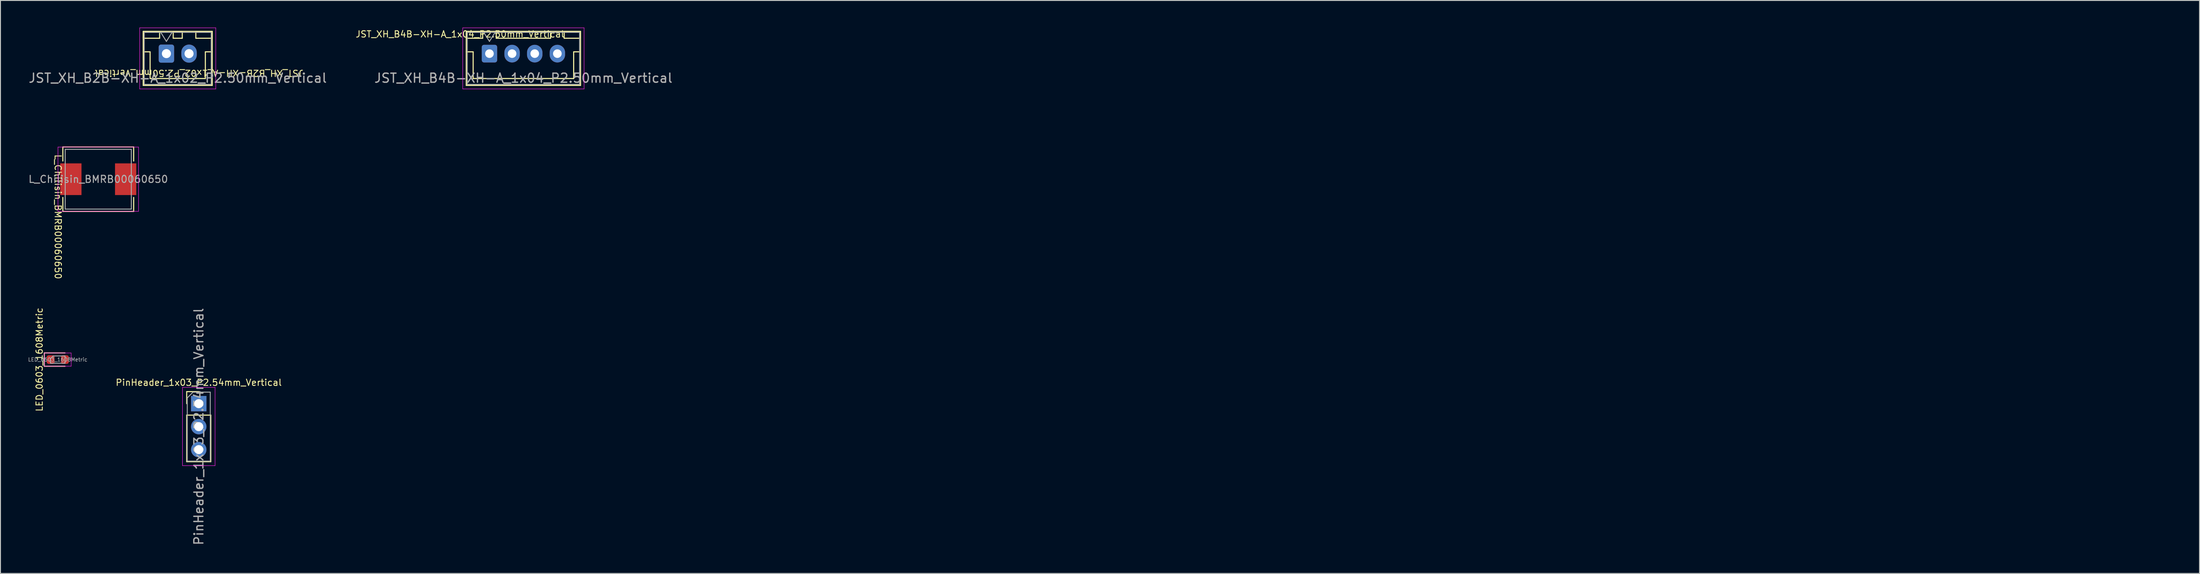
<source format=kicad_pcb>
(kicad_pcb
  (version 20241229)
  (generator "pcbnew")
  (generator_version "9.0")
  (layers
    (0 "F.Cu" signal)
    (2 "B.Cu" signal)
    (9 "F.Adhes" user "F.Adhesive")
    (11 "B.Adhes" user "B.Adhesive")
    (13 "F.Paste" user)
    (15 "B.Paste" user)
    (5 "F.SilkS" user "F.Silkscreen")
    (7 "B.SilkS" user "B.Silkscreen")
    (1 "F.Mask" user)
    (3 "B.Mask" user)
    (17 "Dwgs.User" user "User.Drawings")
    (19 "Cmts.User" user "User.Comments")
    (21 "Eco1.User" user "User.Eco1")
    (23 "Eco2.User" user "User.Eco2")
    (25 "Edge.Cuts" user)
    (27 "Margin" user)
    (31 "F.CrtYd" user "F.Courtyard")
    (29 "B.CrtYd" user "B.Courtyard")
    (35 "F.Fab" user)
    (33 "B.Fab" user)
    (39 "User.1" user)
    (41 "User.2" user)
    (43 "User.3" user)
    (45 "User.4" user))
  (footprint "L_Chilisin_BMRB00060650"
    (layer "F.Cu")
    (at 7.801 16.75)
    (property "Reference" "L_Chilisin_BMRB00060650" (at -4.45 4.15 270) (unlocked yes) (layer "F.SilkS") (effects (font (size 0.7 0.7) (thickness 0.1))))
    (attr smd)
    (fp_line (start -3.91 -3.56) (end -3.91 -2.01) (stroke (width 0.12) (type solid)) (layer "F.SilkS"))
    (fp_line (start -3.91 -3.56) (end 3.91 -3.56) (stroke (width 0.12) (type solid)) (layer "F.SilkS"))
    (fp_line (start -3.91 3.56) (end -3.91 2.01) (stroke (width 0.12) (type solid)) (layer "F.SilkS"))
    (fp_line (start -3.91 3.56) (end 3.91 3.56) (stroke (width 0.12) (type solid)) (layer "F.SilkS"))
    (fp_line (start 3.91 -3.56) (end 3.91 -2.01) (stroke (width 0.12) (type solid)) (layer "F.SilkS"))
    (fp_line (start 3.91 3.56) (end 3.91 2.01) (stroke (width 0.12) (type solid)) (layer "F.SilkS"))
    (fp_line (start -4.45 -3.55) (end -4.45 3.55) (stroke (width 0.05) (type solid)) (layer "F.CrtYd"))
    (fp_line (start -4.45 3.55) (end 4.45 3.55) (stroke (width 0.05) (type solid)) (layer "F.CrtYd"))
    (fp_line (start 4.45 -3.55) (end -4.45 -3.55) (stroke (width 0.05) (type solid)) (layer "F.CrtYd"))
    (fp_line (start 4.45 3.55) (end 4.45 -3.55) (stroke (width 0.05) (type solid)) (layer "F.CrtYd"))
    (fp_line (start -3.65 -3.3) (end -3.65 3.3) (stroke (width 0.1) (type solid)) (layer "F.Fab"))
    (fp_line (start -3.65 3.3) (end 3.65 3.3) (stroke (width 0.1) (type solid)) (layer "F.Fab"))
    (fp_line (start 3.65 -3.3) (end -3.65 -3.3) (stroke (width 0.1) (type solid)) (layer "F.Fab"))
    (fp_line (start 3.65 3.3) (end 3.65 -3.3) (stroke (width 0.1) (type solid)) (layer "F.Fab"))
    (fp_text user "${REFERENCE}" (at 0 0 0) (layer "F.Fab") (effects (font (size 0.783 0.783) (thickness 0.117))))
    (pad "1" smd rect (at -3.025 0) (size 2.35 3.5) (layers "F.Cu" "F.Mask" "F.Paste"))
    (pad "2" smd rect (at 3.025 0) (size 2.35 3.5) (layers "F.Cu" "F.Mask" "F.Paste"))
    (zone (net_name "") (layer "F.Cu") (hatch edge 0.5) (connect_pads) (min_thickness 0.25) (filled_areas_thickness no) (keepout (tracks allowed) (vias not_allowed) (pads not_allowed) (copperpour not_allowed) (footprints allowed)) (placement (enabled no)) (fill) (polygon (pts (xy 228.051 11.45) (xy 230.701 11.45) (xy 230.701 15.15) (xy 228.051 15.15) (xy 228.051 16.8) (xy 236.851 16.8) (xy 236.851 15.15) (xy 234.151 15.15) (xy 234.151 11.45) (xy 236.851 11.45) (xy 236.851 9.8) (xy 228.051 9.8)))))
  (footprint "LED_0603_1608Metric"
    (layer "F.Cu")
    (at 3.326 36.677)
    (property "Reference" "LED_0603_1608Metric" (at -2.025 0 90) (unlocked yes) (layer "F.SilkS") (effects (font (size 0.7 0.7) (thickness 0.1))))
    (attr smd)
    (fp_line (start -1.485 -0.735) (end -1.485 0.735) (stroke (width 0.12) (type solid)) (layer "F.SilkS"))
    (fp_line (start -1.485 0.735) (end 0.8 0.735) (stroke (width 0.12) (type solid)) (layer "F.SilkS"))
    (fp_line (start 0.8 -0.735) (end -1.485 -0.735) (stroke (width 0.12) (type solid)) (layer "F.SilkS"))
    (fp_line (start -1.48 -0.73) (end 1.48 -0.73) (stroke (width 0.05) (type solid)) (layer "F.CrtYd"))
    (fp_line (start -1.48 0.73) (end -1.48 -0.73) (stroke (width 0.05) (type solid)) (layer "F.CrtYd"))
    (fp_line (start 1.48 -0.73) (end 1.48 0.73) (stroke (width 0.05) (type solid)) (layer "F.CrtYd"))
    (fp_line (start 1.48 0.73) (end -1.48 0.73) (stroke (width 0.05) (type solid)) (layer "F.CrtYd"))
    (fp_line (start -0.8 -0.1) (end -0.8 0.4) (stroke (width 0.1) (type solid)) (layer "F.Fab"))
    (fp_line (start -0.8 0.4) (end 0.8 0.4) (stroke (width 0.1) (type solid)) (layer "F.Fab"))
    (fp_line (start -0.5 -0.4) (end -0.8 -0.1) (stroke (width 0.1) (type solid)) (layer "F.Fab"))
    (fp_line (start 0.8 -0.4) (end -0.5 -0.4) (stroke (width 0.1) (type solid)) (layer "F.Fab"))
    (fp_line (start 0.8 0.4) (end 0.8 -0.4) (stroke (width 0.1) (type solid)) (layer "F.Fab"))
    (fp_text user "${REFERENCE}" (at 0 0 0) (layer "F.Fab") (effects (font (size 0.4 0.4) (thickness 0.06))))
    (pad "1" smd roundrect (at -0.787 0) (size 0.875 0.95) (layers "F.Cu" "F.Mask" "F.Paste") (roundrect_rratio 0.25))
    (pad "2" smd roundrect (at 0.787 0) (size 0.875 0.95) (layers "F.Cu" "F.Mask" "F.Paste") (roundrect_rratio 0.25)))
  (footprint "JST_XH_B2B-XH-A_1x02_P2.50mm_Vertical"
    (layer "F.Cu")
    (at 15.327 2.875)
    (property "Reference" "JST_XH_B2B-XH-A_1x02_P2.50mm_Vertical" (at 3.6 2.15 180) (unlocked yes) (layer "F.SilkS") (effects (font (size 0.7 0.7) (thickness 0.1))))
    (attr through_hole)
    (fp_line (start -2.56 -2.46) (end -2.56 3.51) (stroke (width 0.12) (type solid)) (layer "F.SilkS"))
    (fp_line (start -2.56 3.51) (end 5.06 3.51) (stroke (width 0.12) (type solid)) (layer "F.SilkS"))
    (fp_line (start -2.55 -2.45) (end -2.55 -1.7) (stroke (width 0.12) (type solid)) (layer "F.SilkS"))
    (fp_line (start -2.55 -1.7) (end -0.75 -1.7) (stroke (width 0.12) (type solid)) (layer "F.SilkS"))
    (fp_line (start -2.55 -0.2) (end -1.8 -0.2) (stroke (width 0.12) (type solid)) (layer "F.SilkS"))
    (fp_line (start -1.8 -0.2) (end -1.8 2.75) (stroke (width 0.12) (type solid)) (layer "F.SilkS"))
    (fp_line (start -1.8 2.75) (end 1.25 2.75) (stroke (width 0.12) (type solid)) (layer "F.SilkS"))
    (fp_line (start -0.75 -2.45) (end -2.55 -2.45) (stroke (width 0.12) (type solid)) (layer "F.SilkS"))
    (fp_line (start -0.75 -1.7) (end -0.75 -2.45) (stroke (width 0.12) (type solid)) (layer "F.SilkS"))
    (fp_line (start 0.75 -2.45) (end 0.75 -1.7) (stroke (width 0.12) (type solid)) (layer "F.SilkS"))
    (fp_line (start 0.75 -1.7) (end 1.75 -1.7) (stroke (width 0.12) (type solid)) (layer "F.SilkS"))
    (fp_line (start 1.75 -2.45) (end 0.75 -2.45) (stroke (width 0.12) (type solid)) (layer "F.SilkS"))
    (fp_line (start 1.75 -1.7) (end 1.75 -2.45) (stroke (width 0.12) (type solid)) (layer "F.SilkS"))
    (fp_line (start 3.25 -2.45) (end 3.25 -1.7) (stroke (width 0.12) (type solid)) (layer "F.SilkS"))
    (fp_line (start 3.25 -1.7) (end 5.05 -1.7) (stroke (width 0.12) (type solid)) (layer "F.SilkS"))
    (fp_line (start 4.3 -0.2) (end 4.3 2.75) (stroke (width 0.12) (type solid)) (layer "F.SilkS"))
    (fp_line (start 4.3 2.75) (end 1.25 2.75) (stroke (width 0.12) (type solid)) (layer "F.SilkS"))
    (fp_line (start 5.05 -2.45) (end 3.25 -2.45) (stroke (width 0.12) (type solid)) (layer "F.SilkS"))
    (fp_line (start 5.05 -1.7) (end 5.05 -2.45) (stroke (width 0.12) (type solid)) (layer "F.SilkS"))
    (fp_line (start 5.05 -0.2) (end 4.3 -0.2) (stroke (width 0.12) (type solid)) (layer "F.SilkS"))
    (fp_line (start 5.06 -2.46) (end -2.56 -2.46) (stroke (width 0.12) (type solid)) (layer "F.SilkS"))
    (fp_line (start 5.06 3.51) (end 5.06 -2.46) (stroke (width 0.12) (type solid)) (layer "F.SilkS"))
    (fp_line (start -2.95 -2.85) (end -2.95 3.9) (stroke (width 0.05) (type solid)) (layer "F.CrtYd"))
    (fp_line (start -2.95 3.9) (end 5.45 3.9) (stroke (width 0.05) (type solid)) (layer "F.CrtYd"))
    (fp_line (start 5.45 -2.85) (end -2.95 -2.85) (stroke (width 0.05) (type solid)) (layer "F.CrtYd"))
    (fp_line (start 5.45 3.9) (end 5.45 -2.85) (stroke (width 0.05) (type solid)) (layer "F.CrtYd"))
    (fp_line (start -2.45 -2.35) (end -2.45 3.4) (stroke (width 0.1) (type solid)) (layer "F.Fab"))
    (fp_line (start -2.45 3.4) (end 4.95 3.4) (stroke (width 0.1) (type solid)) (layer "F.Fab"))
    (fp_line (start -0.625 -2.35) (end 0 -1.35) (stroke (width 0.1) (type solid)) (layer "F.Fab"))
    (fp_line (start 0 -1.35) (end 0.625 -2.35) (stroke (width 0.1) (type solid)) (layer "F.Fab"))
    (fp_line (start 4.95 -2.35) (end -2.45 -2.35) (stroke (width 0.1) (type solid)) (layer "F.Fab"))
    (fp_line (start 4.95 3.4) (end 4.95 -2.35) (stroke (width 0.1) (type solid)) (layer "F.Fab"))
    (fp_text user "${REFERENCE}" (at 1.25 2.7 180) (layer "F.Fab") (effects (font (size 1 1) (thickness 0.15))))
    (pad "1" thru_hole roundrect (at 0 0) (size 1.7 2) (drill 1) (layers "*.Cu" "*.Mask") (roundrect_rratio 0.147))
    (pad "2" thru_hole oval (at 2.5 0) (size 1.7 2) (drill 1) (layers "*.Cu" "*.Mask")))
  (footprint "PinHeader_1x03_P2.54mm_Vertical"
    (layer "F.Cu")
    (at 18.899 41.544)
    (property "Reference" "PinHeader_1x03_P2.54mm_Vertical" (at 0 -2.33 0) (unlocked yes) (layer "F.SilkS") (effects (font (size 0.7 0.7) (thickness 0.1))))
    (attr through_hole)
    (fp_line (start -1.33 -1.33) (end 0 -1.33) (stroke (width 0.12) (type solid)) (layer "F.SilkS"))
    (fp_line (start -1.33 0) (end -1.33 -1.33) (stroke (width 0.12) (type solid)) (layer "F.SilkS"))
    (fp_line (start -1.33 1.27) (end -1.33 6.41) (stroke (width 0.12) (type solid)) (layer "F.SilkS"))
    (fp_line (start -1.33 1.27) (end 1.33 1.27) (stroke (width 0.12) (type solid)) (layer "F.SilkS"))
    (fp_line (start -1.33 6.41) (end 1.33 6.41) (stroke (width 0.12) (type solid)) (layer "F.SilkS"))
    (fp_line (start 1.33 1.27) (end 1.33 6.41) (stroke (width 0.12) (type solid)) (layer "F.SilkS"))
    (fp_line (start -1.8 -1.8) (end -1.8 6.85) (stroke (width 0.05) (type solid)) (layer "F.CrtYd"))
    (fp_line (start -1.8 6.85) (end 1.8 6.85) (stroke (width 0.05) (type solid)) (layer "F.CrtYd"))
    (fp_line (start 1.8 -1.8) (end -1.8 -1.8) (stroke (width 0.05) (type solid)) (layer "F.CrtYd"))
    (fp_line (start 1.8 6.85) (end 1.8 -1.8) (stroke (width 0.05) (type solid)) (layer "F.CrtYd"))
    (fp_line (start -1.27 -0.635) (end -0.635 -1.27) (stroke (width 0.1) (type solid)) (layer "F.Fab"))
    (fp_line (start -1.27 6.35) (end -1.27 -0.635) (stroke (width 0.1) (type solid)) (layer "F.Fab"))
    (fp_line (start -0.635 -1.27) (end 1.27 -1.27) (stroke (width 0.1) (type solid)) (layer "F.Fab"))
    (fp_line (start 1.27 -1.27) (end 1.27 6.35) (stroke (width 0.1) (type solid)) (layer "F.Fab"))
    (fp_line (start 1.27 6.35) (end -1.27 6.35) (stroke (width 0.1) (type solid)) (layer "F.Fab"))
    (fp_text user "${REFERENCE}" (at 0 2.54 90) (layer "F.Fab") (effects (font (size 1 1) (thickness 0.15))))
    (pad "1" thru_hole rect (at 0 0) (size 1.7 1.7) (drill 1) (layers "*.Cu" "*.Mask"))
    (pad "2" thru_hole oval (at 0 2.54) (size 1.7 1.7) (drill 1) (layers "*.Cu" "*.Mask"))
    (pad "3" thru_hole oval (at 0 5.08) (size 1.7 1.7) (drill 1) (layers "*.Cu" "*.Mask")))
  (footprint "JST_XH_B4B-XH-A_1x04_P2.50mm_Vertical"
    (layer "F.Cu")
    (at 51.001 2.875)
    (property "Reference" "JST_XH_B4B-XH-A_1x04_P2.50mm_Vertical" (at -3.25 -2.15 0) (unlocked yes) (layer "F.SilkS") (effects (font (size 0.7 0.7) (thickness 0.1))))
    (attr through_hole)
    (fp_line (start -2.56 -2.46) (end -2.56 3.51) (stroke (width 0.12) (type solid)) (layer "F.SilkS"))
    (fp_line (start -2.56 3.51) (end 10.06 3.51) (stroke (width 0.12) (type solid)) (layer "F.SilkS"))
    (fp_line (start -2.55 -2.45) (end -2.55 -1.7) (stroke (width 0.12) (type solid)) (layer "F.SilkS"))
    (fp_line (start -2.55 -1.7) (end -0.75 -1.7) (stroke (width 0.12) (type solid)) (layer "F.SilkS"))
    (fp_line (start -2.55 -0.2) (end -1.8 -0.2) (stroke (width 0.12) (type solid)) (layer "F.SilkS"))
    (fp_line (start -1.8 -0.2) (end -1.8 2.75) (stroke (width 0.12) (type solid)) (layer "F.SilkS"))
    (fp_line (start -1.8 2.75) (end 3.75 2.75) (stroke (width 0.12) (type solid)) (layer "F.SilkS"))
    (fp_line (start -0.75 -2.45) (end -2.55 -2.45) (stroke (width 0.12) (type solid)) (layer "F.SilkS"))
    (fp_line (start -0.75 -1.7) (end -0.75 -2.45) (stroke (width 0.12) (type solid)) (layer "F.SilkS"))
    (fp_line (start 0.75 -2.45) (end 0.75 -1.7) (stroke (width 0.12) (type solid)) (layer "F.SilkS"))
    (fp_line (start 0.75 -1.7) (end 6.75 -1.7) (stroke (width 0.12) (type solid)) (layer "F.SilkS"))
    (fp_line (start 6.75 -2.45) (end 0.75 -2.45) (stroke (width 0.12) (type solid)) (layer "F.SilkS"))
    (fp_line (start 6.75 -1.7) (end 6.75 -2.45) (stroke (width 0.12) (type solid)) (layer "F.SilkS"))
    (fp_line (start 8.25 -2.45) (end 8.25 -1.7) (stroke (width 0.12) (type solid)) (layer "F.SilkS"))
    (fp_line (start 8.25 -1.7) (end 10.05 -1.7) (stroke (width 0.12) (type solid)) (layer "F.SilkS"))
    (fp_line (start 9.3 -0.2) (end 9.3 2.75) (stroke (width 0.12) (type solid)) (layer "F.SilkS"))
    (fp_line (start 9.3 2.75) (end 3.75 2.75) (stroke (width 0.12) (type solid)) (layer "F.SilkS"))
    (fp_line (start 10.05 -2.45) (end 8.25 -2.45) (stroke (width 0.12) (type solid)) (layer "F.SilkS"))
    (fp_line (start 10.05 -1.7) (end 10.05 -2.45) (stroke (width 0.12) (type solid)) (layer "F.SilkS"))
    (fp_line (start 10.05 -0.2) (end 9.3 -0.2) (stroke (width 0.12) (type solid)) (layer "F.SilkS"))
    (fp_line (start 10.06 -2.46) (end -2.56 -2.46) (stroke (width 0.12) (type solid)) (layer "F.SilkS"))
    (fp_line (start 10.06 3.51) (end 10.06 -2.46) (stroke (width 0.12) (type solid)) (layer "F.SilkS"))
    (fp_line (start -2.95 -2.85) (end -2.95 3.9) (stroke (width 0.05) (type solid)) (layer "F.CrtYd"))
    (fp_line (start -2.95 3.9) (end 10.45 3.9) (stroke (width 0.05) (type solid)) (layer "F.CrtYd"))
    (fp_line (start 10.45 -2.85) (end -2.95 -2.85) (stroke (width 0.05) (type solid)) (layer "F.CrtYd"))
    (fp_line (start 10.45 3.9) (end 10.45 -2.85) (stroke (width 0.05) (type solid)) (layer "F.CrtYd"))
    (fp_line (start -2.45 -2.35) (end -2.45 3.4) (stroke (width 0.1) (type solid)) (layer "F.Fab"))
    (fp_line (start -2.45 3.4) (end 9.95 3.4) (stroke (width 0.1) (type solid)) (layer "F.Fab"))
    (fp_line (start -0.625 -2.35) (end 0 -1.35) (stroke (width 0.1) (type solid)) (layer "F.Fab"))
    (fp_line (start 0 -1.35) (end 0.625 -2.35) (stroke (width 0.1) (type solid)) (layer "F.Fab"))
    (fp_line (start 9.95 -2.35) (end -2.45 -2.35) (stroke (width 0.1) (type solid)) (layer "F.Fab"))
    (fp_line (start 9.95 3.4) (end 9.95 -2.35) (stroke (width 0.1) (type solid)) (layer "F.Fab"))
    (fp_text user "${REFERENCE}" (at 3.75 2.7 0) (layer "F.Fab") (effects (font (size 1 1) (thickness 0.15))))
    (pad "1" thru_hole roundrect (at 0 0) (size 1.7 1.95) (drill 0.95) (layers "*.Cu" "*.Mask") (roundrect_rratio 0.147))
    (pad "2" thru_hole oval (at 2.5 0) (size 1.7 1.95) (drill 0.95) (layers "*.Cu" "*.Mask"))
    (pad "3" thru_hole oval (at 5 0) (size 1.7 1.95) (drill 0.95) (layers "*.Cu" "*.Mask"))
    (pad "4" thru_hole oval (at 7.5 0) (size 1.7 1.95) (drill 0.95) (layers "*.Cu" "*.Mask")))
  (gr_rect
    (start -3 -3)
    (end 239.851 60.304)
    (stroke (width 0.1) (type default))
    (fill no)
    (layer "Edge.Cuts")))
</source>
